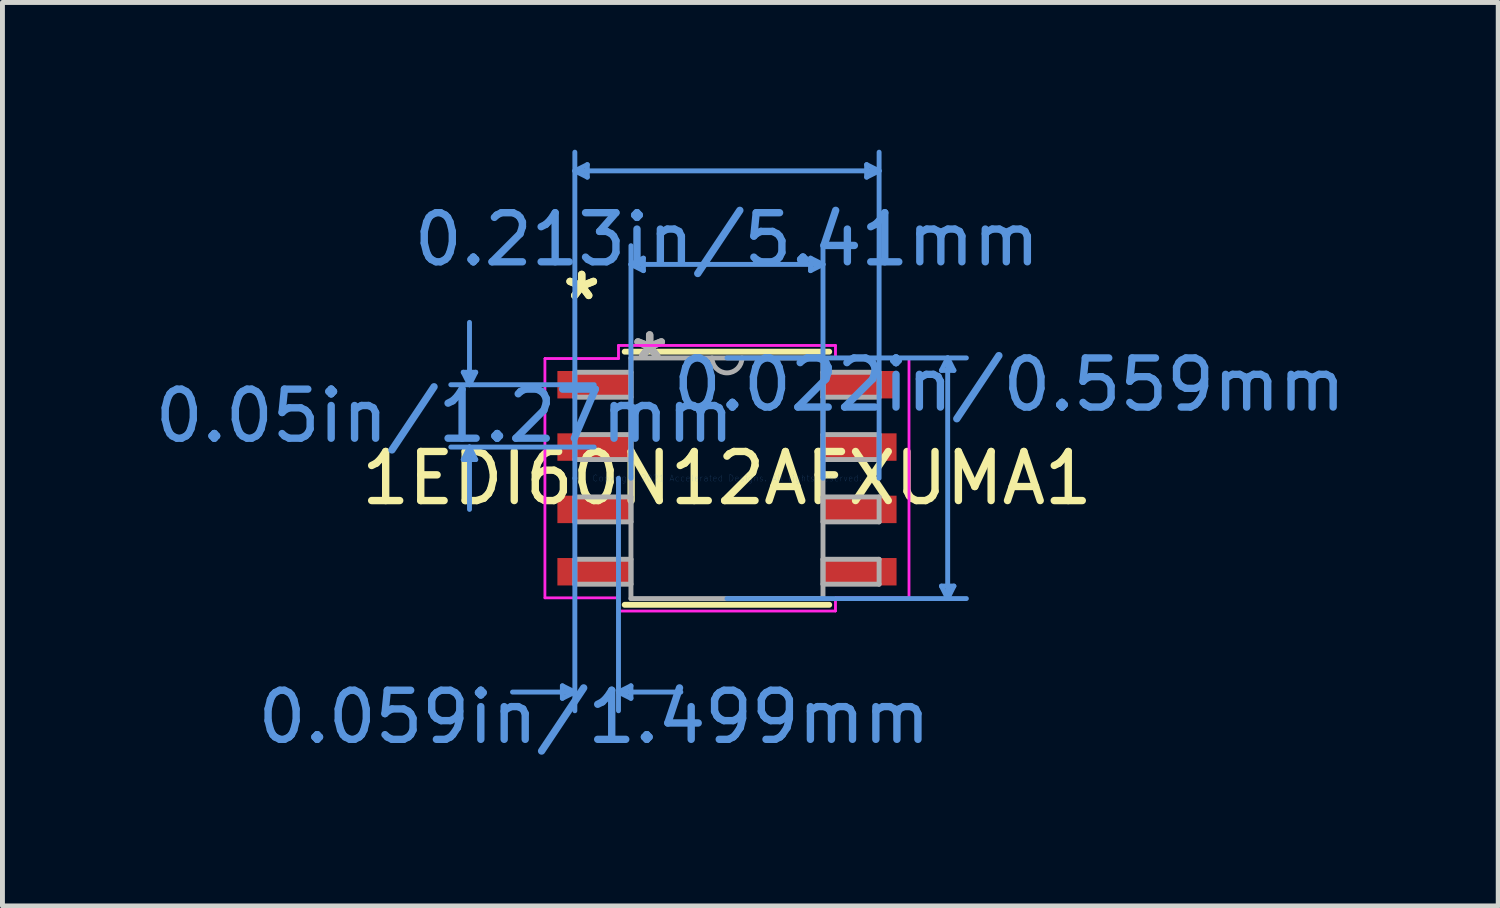
<source format=kicad_pcb>
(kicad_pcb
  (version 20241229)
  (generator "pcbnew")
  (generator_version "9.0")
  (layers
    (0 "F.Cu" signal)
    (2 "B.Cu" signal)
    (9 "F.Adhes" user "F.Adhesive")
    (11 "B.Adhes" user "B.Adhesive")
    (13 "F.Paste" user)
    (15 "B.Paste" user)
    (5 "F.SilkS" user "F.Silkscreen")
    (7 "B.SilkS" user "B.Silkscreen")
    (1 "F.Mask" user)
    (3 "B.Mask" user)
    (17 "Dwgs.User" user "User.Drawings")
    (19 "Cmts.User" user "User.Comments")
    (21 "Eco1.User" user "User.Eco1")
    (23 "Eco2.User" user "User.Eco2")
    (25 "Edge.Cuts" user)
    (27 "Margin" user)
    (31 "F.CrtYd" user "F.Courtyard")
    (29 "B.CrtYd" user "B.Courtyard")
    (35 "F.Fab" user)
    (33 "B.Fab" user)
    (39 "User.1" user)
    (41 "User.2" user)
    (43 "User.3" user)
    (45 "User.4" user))
  (footprint "1EDI60N12AFXUMA1"
    (layer "F.Cu")
    (at 11.759 6.692)
    (property "Reference" "1EDI60N12AFXUMA1" (at 0 0 0) (layer "F.SilkS") (effects (font (size 1 1) (thickness 0.15))))
    (attr through_hole)
    (fp_line (start -2.083 2.578) (end 2.083 2.578) (stroke (width 0.12) (type solid)) (layer "F.SilkS"))
    (fp_line (start 2.083 -2.578) (end -2.083 -2.578) (stroke (width 0.12) (type solid)) (layer "F.SilkS"))
    (fp_line (start -5.372 -2.159) (end -5.118 -2.159) (stroke (width 0.1) (type solid)) (layer "Cmts.User"))
    (fp_line (start -5.372 -0.381) (end -5.118 -0.381) (stroke (width 0.1) (type solid)) (layer "Cmts.User"))
    (fp_line (start -5.245 -1.905) (end -5.372 -2.159) (stroke (width 0.1) (type solid)) (layer "Cmts.User"))
    (fp_line (start -5.245 -1.905) (end -5.245 -3.175) (stroke (width 0.1) (type solid)) (layer "Cmts.User"))
    (fp_line (start -5.245 -1.905) (end -5.118 -2.159) (stroke (width 0.1) (type solid)) (layer "Cmts.User"))
    (fp_line (start -5.245 -0.635) (end -5.372 -0.381) (stroke (width 0.1) (type solid)) (layer "Cmts.User"))
    (fp_line (start -5.245 -0.635) (end -5.245 0.635) (stroke (width 0.1) (type solid)) (layer "Cmts.User"))
    (fp_line (start -5.245 -0.635) (end -5.118 -0.381) (stroke (width 0.1) (type solid)) (layer "Cmts.User"))
    (fp_line (start -3.353 4.229) (end -3.353 4.483) (stroke (width 0.1) (type solid)) (layer "Cmts.User"))
    (fp_line (start -3.099 -6.261) (end -2.845 -6.388) (stroke (width 0.1) (type solid)) (layer "Cmts.User"))
    (fp_line (start -3.099 -6.261) (end -2.845 -6.134) (stroke (width 0.1) (type solid)) (layer "Cmts.User"))
    (fp_line (start -3.099 -6.261) (end 3.099 -6.261) (stroke (width 0.1) (type solid)) (layer "Cmts.User"))
    (fp_line (start -3.099 0) (end -3.099 -6.642) (stroke (width 0.1) (type solid)) (layer "Cmts.User"))
    (fp_line (start -3.099 0) (end -3.099 4.737) (stroke (width 0.1) (type solid)) (layer "Cmts.User"))
    (fp_line (start -3.099 4.356) (end -4.369 4.356) (stroke (width 0.1) (type solid)) (layer "Cmts.User"))
    (fp_line (start -3.099 4.356) (end -3.353 4.229) (stroke (width 0.1) (type solid)) (layer "Cmts.User"))
    (fp_line (start -3.099 4.356) (end -3.353 4.483) (stroke (width 0.1) (type solid)) (layer "Cmts.User"))
    (fp_line (start -2.845 -6.388) (end -2.845 -6.134) (stroke (width 0.1) (type solid)) (layer "Cmts.User"))
    (fp_line (start -2.705 -1.905) (end -5.626 -1.905) (stroke (width 0.1) (type solid)) (layer "Cmts.User"))
    (fp_line (start -2.705 -0.635) (end -5.626 -0.635) (stroke (width 0.1) (type solid)) (layer "Cmts.User"))
    (fp_line (start -2.21 0) (end -2.21 4.737) (stroke (width 0.1) (type solid)) (layer "Cmts.User"))
    (fp_line (start -2.21 4.356) (end -1.956 4.229) (stroke (width 0.1) (type solid)) (layer "Cmts.User"))
    (fp_line (start -2.21 4.356) (end -1.956 4.483) (stroke (width 0.1) (type solid)) (layer "Cmts.User"))
    (fp_line (start -2.21 4.356) (end -0.94 4.356) (stroke (width 0.1) (type solid)) (layer "Cmts.User"))
    (fp_line (start -1.956 -4.356) (end -1.702 -4.483) (stroke (width 0.1) (type solid)) (layer "Cmts.User"))
    (fp_line (start -1.956 -4.356) (end -1.702 -4.229) (stroke (width 0.1) (type solid)) (layer "Cmts.User"))
    (fp_line (start -1.956 -4.356) (end 1.956 -4.356) (stroke (width 0.1) (type solid)) (layer "Cmts.User"))
    (fp_line (start -1.956 0) (end -1.956 -4.737) (stroke (width 0.1) (type solid)) (layer "Cmts.User"))
    (fp_line (start -1.956 4.229) (end -1.956 4.483) (stroke (width 0.1) (type solid)) (layer "Cmts.User"))
    (fp_line (start -1.702 -4.483) (end -1.702 -4.229) (stroke (width 0.1) (type solid)) (layer "Cmts.User"))
    (fp_line (start 0 -2.451) (end 4.877 -2.451) (stroke (width 0.1) (type solid)) (layer "Cmts.User"))
    (fp_line (start 0 2.451) (end 4.877 2.451) (stroke (width 0.1) (type solid)) (layer "Cmts.User"))
    (fp_line (start 1.702 -4.483) (end 1.702 -4.229) (stroke (width 0.1) (type solid)) (layer "Cmts.User"))
    (fp_line (start 1.956 -4.356) (end 1.702 -4.483) (stroke (width 0.1) (type solid)) (layer "Cmts.User"))
    (fp_line (start 1.956 -4.356) (end 1.702 -4.229) (stroke (width 0.1) (type solid)) (layer "Cmts.User"))
    (fp_line (start 1.956 0) (end 1.956 -4.737) (stroke (width 0.1) (type solid)) (layer "Cmts.User"))
    (fp_line (start 2.845 -6.388) (end 2.845 -6.134) (stroke (width 0.1) (type solid)) (layer "Cmts.User"))
    (fp_line (start 3.099 -6.261) (end 2.845 -6.388) (stroke (width 0.1) (type solid)) (layer "Cmts.User"))
    (fp_line (start 3.099 -6.261) (end 2.845 -6.134) (stroke (width 0.1) (type solid)) (layer "Cmts.User"))
    (fp_line (start 3.099 0) (end 3.099 -6.642) (stroke (width 0.1) (type solid)) (layer "Cmts.User"))
    (fp_line (start 4.369 -2.197) (end 4.623 -2.197) (stroke (width 0.1) (type solid)) (layer "Cmts.User"))
    (fp_line (start 4.369 2.197) (end 4.623 2.197) (stroke (width 0.1) (type solid)) (layer "Cmts.User"))
    (fp_line (start 4.496 -2.451) (end 4.369 -2.197) (stroke (width 0.1) (type solid)) (layer "Cmts.User"))
    (fp_line (start 4.496 -2.451) (end 4.496 2.451) (stroke (width 0.1) (type solid)) (layer "Cmts.User"))
    (fp_line (start 4.496 -2.451) (end 4.623 -2.197) (stroke (width 0.1) (type solid)) (layer "Cmts.User"))
    (fp_line (start 4.496 2.451) (end 4.369 2.197) (stroke (width 0.1) (type solid)) (layer "Cmts.User"))
    (fp_line (start 4.496 2.451) (end 4.623 2.197) (stroke (width 0.1) (type solid)) (layer "Cmts.User"))
    (fp_line (start -3.708 -2.438) (end -2.21 -2.438) (stroke (width 0.05) (type solid)) (layer "F.CrtYd"))
    (fp_line (start -3.708 -2.438) (end -2.21 -2.438) (stroke (width 0.05) (type solid)) (layer "F.CrtYd"))
    (fp_line (start -3.708 2.438) (end -3.708 -2.438) (stroke (width 0.05) (type solid)) (layer "F.CrtYd"))
    (fp_line (start -3.708 2.438) (end -3.708 -2.438) (stroke (width 0.05) (type solid)) (layer "F.CrtYd"))
    (fp_line (start -3.708 2.438) (end -2.21 2.438) (stroke (width 0.05) (type solid)) (layer "F.CrtYd"))
    (fp_line (start -2.21 -2.705) (end 2.21 -2.705) (stroke (width 0.05) (type solid)) (layer "F.CrtYd"))
    (fp_line (start -2.21 -2.705) (end 2.21 -2.705) (stroke (width 0.05) (type solid)) (layer "F.CrtYd"))
    (fp_line (start -2.21 -2.438) (end -2.21 -2.705) (stroke (width 0.05) (type solid)) (layer "F.CrtYd"))
    (fp_line (start -2.21 -2.438) (end -2.21 -2.705) (stroke (width 0.05) (type solid)) (layer "F.CrtYd"))
    (fp_line (start -2.21 2.438) (end -3.708 2.438) (stroke (width 0.05) (type solid)) (layer "F.CrtYd"))
    (fp_line (start -2.21 2.705) (end -2.21 2.438) (stroke (width 0.05) (type solid)) (layer "F.CrtYd"))
    (fp_line (start -2.21 2.705) (end -2.21 2.438) (stroke (width 0.05) (type solid)) (layer "F.CrtYd"))
    (fp_line (start 2.21 -2.705) (end 2.21 -2.438) (stroke (width 0.05) (type solid)) (layer "F.CrtYd"))
    (fp_line (start 2.21 -2.705) (end 2.21 -2.438) (stroke (width 0.05) (type solid)) (layer "F.CrtYd"))
    (fp_line (start 2.21 -2.438) (end 3.708 -2.438) (stroke (width 0.05) (type solid)) (layer "F.CrtYd"))
    (fp_line (start 2.21 2.438) (end 2.21 2.705) (stroke (width 0.05) (type solid)) (layer "F.CrtYd"))
    (fp_line (start 2.21 2.438) (end 2.21 2.705) (stroke (width 0.05) (type solid)) (layer "F.CrtYd"))
    (fp_line (start 2.21 2.705) (end -2.21 2.705) (stroke (width 0.05) (type solid)) (layer "F.CrtYd"))
    (fp_line (start 2.21 2.705) (end -2.21 2.705) (stroke (width 0.05) (type solid)) (layer "F.CrtYd"))
    (fp_line (start 3.708 -2.438) (end 2.21 -2.438) (stroke (width 0.05) (type solid)) (layer "F.CrtYd"))
    (fp_line (start 3.708 -2.438) (end 3.708 2.438) (stroke (width 0.05) (type solid)) (layer "F.CrtYd"))
    (fp_line (start 3.708 -2.438) (end 3.708 2.438) (stroke (width 0.05) (type solid)) (layer "F.CrtYd"))
    (fp_line (start 3.708 2.438) (end 2.21 2.438) (stroke (width 0.05) (type solid)) (layer "F.CrtYd"))
    (fp_line (start 3.708 2.438) (end 2.21 2.438) (stroke (width 0.05) (type solid)) (layer "F.CrtYd"))
    (fp_line (start -3.099 -2.159) (end -3.099 -1.651) (stroke (width 0.1) (type solid)) (layer "F.Fab"))
    (fp_line (start -3.099 -1.651) (end -1.956 -1.651) (stroke (width 0.1) (type solid)) (layer "F.Fab"))
    (fp_line (start -3.099 -0.889) (end -3.099 -0.381) (stroke (width 0.1) (type solid)) (layer "F.Fab"))
    (fp_line (start -3.099 -0.381) (end -1.956 -0.381) (stroke (width 0.1) (type solid)) (layer "F.Fab"))
    (fp_line (start -3.099 0.381) (end -3.099 0.889) (stroke (width 0.1) (type solid)) (layer "F.Fab"))
    (fp_line (start -3.099 0.889) (end -1.956 0.889) (stroke (width 0.1) (type solid)) (layer "F.Fab"))
    (fp_line (start -3.099 1.651) (end -3.099 2.159) (stroke (width 0.1) (type solid)) (layer "F.Fab"))
    (fp_line (start -3.099 2.159) (end -1.956 2.159) (stroke (width 0.1) (type solid)) (layer "F.Fab"))
    (fp_line (start -1.956 -2.451) (end -1.956 2.451) (stroke (width 0.1) (type solid)) (layer "F.Fab"))
    (fp_line (start -1.956 -2.159) (end -3.099 -2.159) (stroke (width 0.1) (type solid)) (layer "F.Fab"))
    (fp_line (start -1.956 -1.651) (end -1.956 -2.159) (stroke (width 0.1) (type solid)) (layer "F.Fab"))
    (fp_line (start -1.956 -0.889) (end -3.099 -0.889) (stroke (width 0.1) (type solid)) (layer "F.Fab"))
    (fp_line (start -1.956 -0.381) (end -1.956 -0.889) (stroke (width 0.1) (type solid)) (layer "F.Fab"))
    (fp_line (start -1.956 0.381) (end -3.099 0.381) (stroke (width 0.1) (type solid)) (layer "F.Fab"))
    (fp_line (start -1.956 0.889) (end -1.956 0.381) (stroke (width 0.1) (type solid)) (layer "F.Fab"))
    (fp_line (start -1.956 1.651) (end -3.099 1.651) (stroke (width 0.1) (type solid)) (layer "F.Fab"))
    (fp_line (start -1.956 2.159) (end -1.956 1.651) (stroke (width 0.1) (type solid)) (layer "F.Fab"))
    (fp_line (start -1.956 2.451) (end 1.956 2.451) (stroke (width 0.1) (type solid)) (layer "F.Fab"))
    (fp_line (start 1.956 -2.451) (end -1.956 -2.451) (stroke (width 0.1) (type solid)) (layer "F.Fab"))
    (fp_line (start 1.956 -2.159) (end 1.956 -1.651) (stroke (width 0.1) (type solid)) (layer "F.Fab"))
    (fp_line (start 1.956 -1.651) (end 3.099 -1.651) (stroke (width 0.1) (type solid)) (layer "F.Fab"))
    (fp_line (start 1.956 -0.889) (end 1.956 -0.381) (stroke (width 0.1) (type solid)) (layer "F.Fab"))
    (fp_line (start 1.956 -0.381) (end 3.099 -0.381) (stroke (width 0.1) (type solid)) (layer "F.Fab"))
    (fp_line (start 1.956 0.381) (end 1.956 0.889) (stroke (width 0.1) (type solid)) (layer "F.Fab"))
    (fp_line (start 1.956 0.889) (end 3.099 0.889) (stroke (width 0.1) (type solid)) (layer "F.Fab"))
    (fp_line (start 1.956 1.651) (end 1.956 2.159) (stroke (width 0.1) (type solid)) (layer "F.Fab"))
    (fp_line (start 1.956 2.159) (end 3.099 2.159) (stroke (width 0.1) (type solid)) (layer "F.Fab"))
    (fp_line (start 1.956 2.451) (end 1.956 -2.451) (stroke (width 0.1) (type solid)) (layer "F.Fab"))
    (fp_line (start 3.099 -2.159) (end 1.956 -2.159) (stroke (width 0.1) (type solid)) (layer "F.Fab"))
    (fp_line (start 3.099 -1.651) (end 3.099 -2.159) (stroke (width 0.1) (type solid)) (layer "F.Fab"))
    (fp_line (start 3.099 -0.889) (end 1.956 -0.889) (stroke (width 0.1) (type solid)) (layer "F.Fab"))
    (fp_line (start 3.099 -0.381) (end 3.099 -0.889) (stroke (width 0.1) (type solid)) (layer "F.Fab"))
    (fp_line (start 3.099 0.381) (end 1.956 0.381) (stroke (width 0.1) (type solid)) (layer "F.Fab"))
    (fp_line (start 3.099 0.889) (end 3.099 0.381) (stroke (width 0.1) (type solid)) (layer "F.Fab"))
    (fp_line (start 3.099 1.651) (end 1.956 1.651) (stroke (width 0.1) (type solid)) (layer "F.Fab"))
    (fp_line (start 3.099 2.159) (end 3.099 1.651) (stroke (width 0.1) (type solid)) (layer "F.Fab"))
    (fp_arc (start 0.3048 -2.4511) (mid 0 -2.1463) (end -0.3048 -2.4511) (stroke (width 0.1) (type solid)) (layer "F.Fab"))
    (fp_text user "*" (at -2.959 -3.607 0) (layer "F.SilkS") (effects (font (size 1 1) (thickness 0.15))))
    (fp_text user "*" (at -2.959 -3.607 0) (layer "F.SilkS") (effects (font (size 1 1) (thickness 0.15))))
    (fp_text user "0.213in/5.41mm" (at 0 -4.864 0) (layer "Cmts.User") (effects (font (size 1 1) (thickness 0.15))))
    (fp_text user "0.05in/1.27mm" (at -5.753 -1.27 0) (layer "Cmts.User") (effects (font (size 1 1) (thickness 0.15))))
    (fp_text user "Copyright 2021 Accelerated Designs. All rights reserved." (at 0 0 0) (layer "Cmts.User") (effects (font (size 0.127 0.127) (thickness 0.002))))
    (fp_text user "0.022in/0.559mm" (at 5.753 -1.905 0) (layer "Cmts.User") (effects (font (size 1 1) (thickness 0.15))))
    (fp_text user "0.059in/1.499mm" (at -2.705 4.864 0) (layer "Cmts.User") (effects (font (size 1 1) (thickness 0.15))))
    (fp_text user "*" (at -1.575 -2.375 0) (layer "F.Fab") (effects (font (size 1 1) (thickness 0.15))))
    (fp_text user "*" (at -1.575 -2.375 0) (layer "F.Fab") (effects (font (size 1 1) (thickness 0.15))))
    (pad "1" smd rect (at -2.705 -1.905) (size 1.499 0.559) (layers "F.Cu" "F.Mask" "F.Paste"))
    (pad "2" smd rect (at -2.705 -0.635) (size 1.499 0.559) (layers "F.Cu" "F.Mask" "F.Paste"))
    (pad "3" smd rect (at -2.705 0.635) (size 1.499 0.559) (layers "F.Cu" "F.Mask" "F.Paste"))
    (pad "4" smd rect (at -2.705 1.905) (size 1.499 0.559) (layers "F.Cu" "F.Mask" "F.Paste"))
    (pad "5" smd rect (at 2.705 1.905) (size 1.499 0.559) (layers "F.Cu" "F.Mask" "F.Paste"))
    (pad "6" smd rect (at 2.705 0.635) (size 1.499 0.559) (layers "F.Cu" "F.Mask" "F.Paste"))
    (pad "7" smd rect (at 2.705 -0.635) (size 1.499 0.559) (layers "F.Cu" "F.Mask" "F.Paste"))
    (pad "8" smd rect (at 2.705 -1.905) (size 1.499 0.559) (layers "F.Cu" "F.Mask" "F.Paste")))
  (gr_rect
    (start -3 -3)
    (end 27.47 15.404)
    (stroke (width 0.1) (type default))
    (fill no)
    (layer "Edge.Cuts")))
</source>
